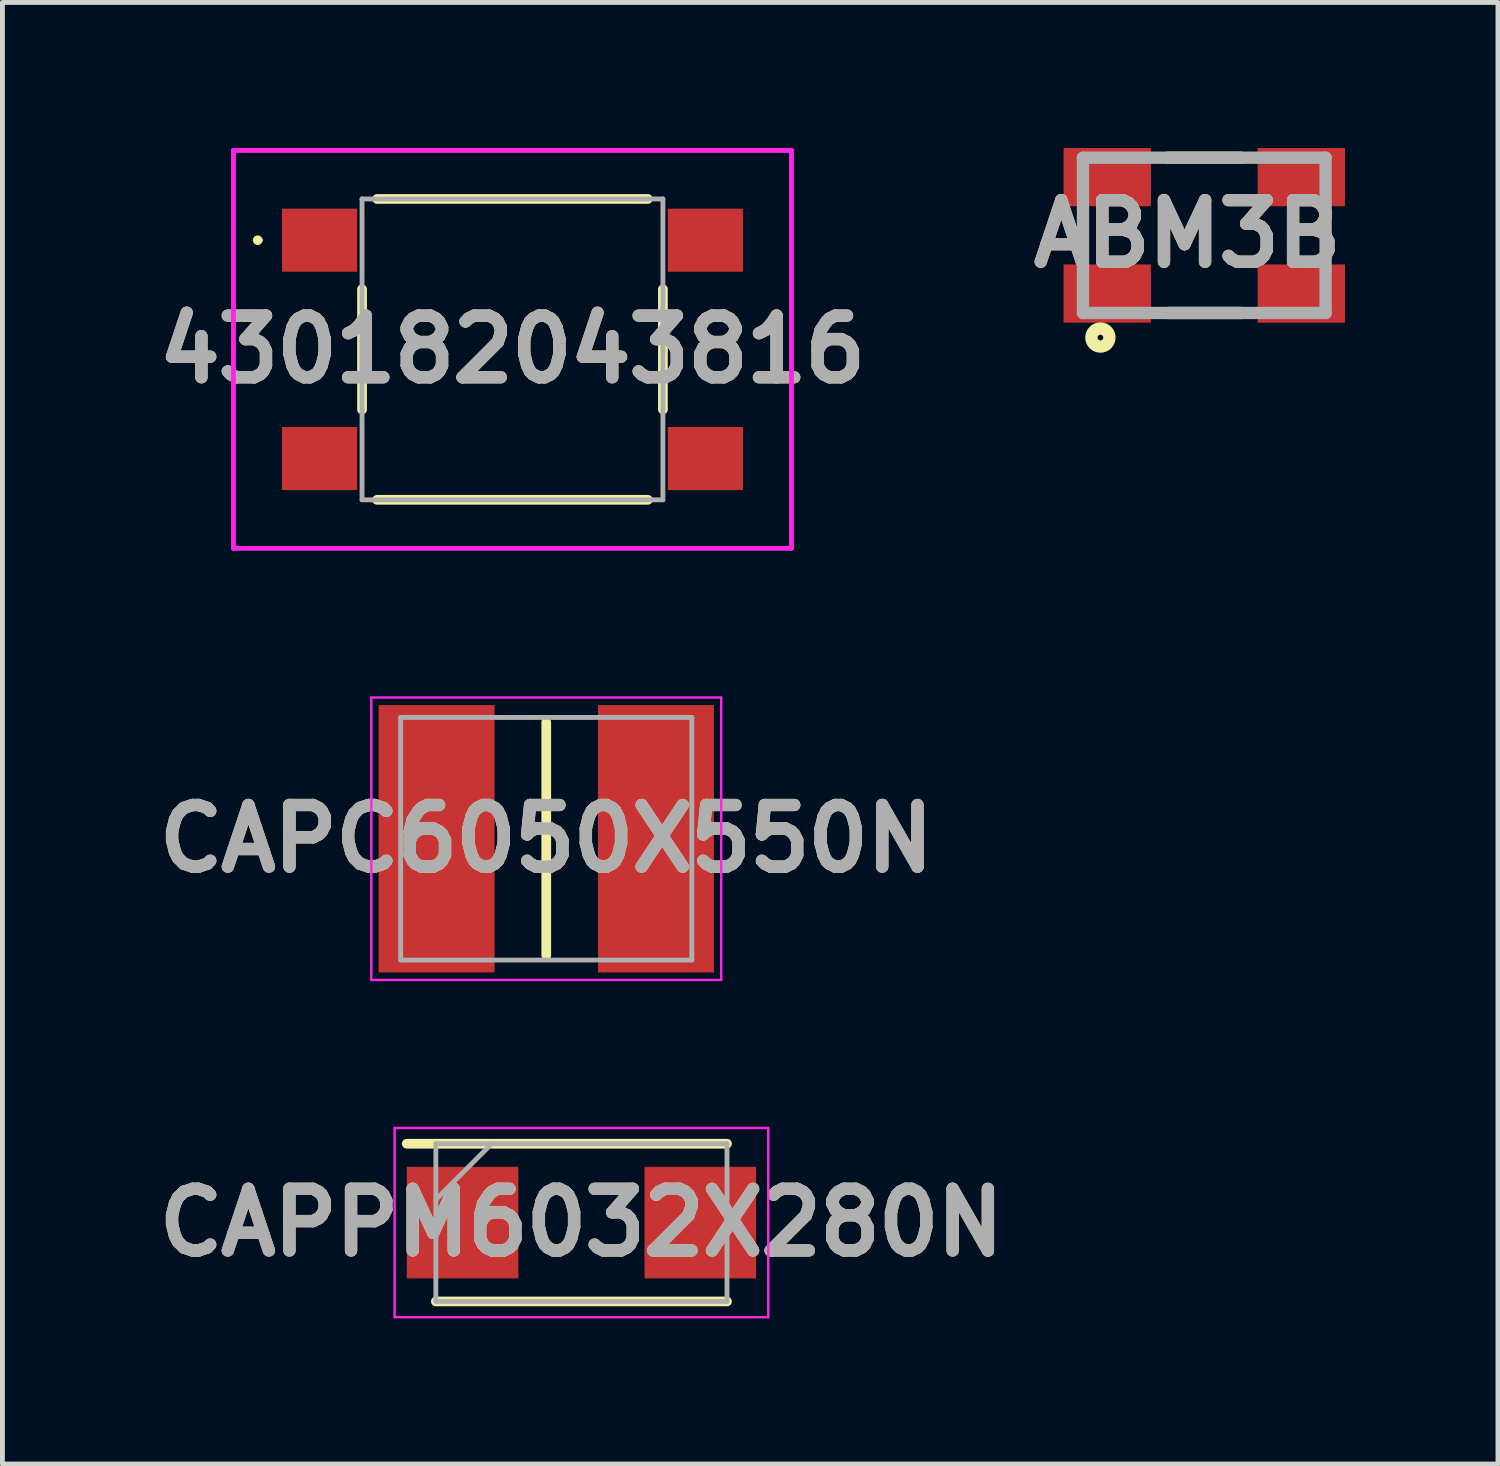
<source format=kicad_pcb>
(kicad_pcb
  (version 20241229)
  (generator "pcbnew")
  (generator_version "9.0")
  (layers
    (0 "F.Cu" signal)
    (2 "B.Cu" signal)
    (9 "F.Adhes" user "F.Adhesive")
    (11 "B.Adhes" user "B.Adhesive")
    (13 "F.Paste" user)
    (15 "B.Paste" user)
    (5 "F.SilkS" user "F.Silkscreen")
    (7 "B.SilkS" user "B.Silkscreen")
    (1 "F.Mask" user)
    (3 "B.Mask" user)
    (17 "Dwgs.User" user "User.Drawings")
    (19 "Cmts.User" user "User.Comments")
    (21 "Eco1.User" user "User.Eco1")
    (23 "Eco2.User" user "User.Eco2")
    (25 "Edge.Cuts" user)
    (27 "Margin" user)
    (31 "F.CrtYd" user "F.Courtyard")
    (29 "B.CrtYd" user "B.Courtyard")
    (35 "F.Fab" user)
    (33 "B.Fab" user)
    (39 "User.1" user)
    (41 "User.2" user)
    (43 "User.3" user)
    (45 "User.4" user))
  (footprint "CAPPM6032X280N"
    (layer "F.Cu")
    (at 8.932 22.145)
    (property "Reference" "CAPPM6032X280N" (at 0 0 0) (layer "F.SilkS") (effects (font (size 1.27 1.27) (thickness 0.254))))
    (attr smd)
    (fp_line (start -3 1.625) (end 3 1.625) (stroke (width 0.2) (type solid)) (layer "F.SilkS"))
    (fp_line (start 3 -1.625) (end -3.6 -1.625) (stroke (width 0.2) (type solid)) (layer "F.SilkS"))
    (fp_line (start -3.85 -1.95) (end 3.85 -1.95) (stroke (width 0.05) (type solid)) (layer "F.CrtYd"))
    (fp_line (start -3.85 1.95) (end -3.85 -1.95) (stroke (width 0.05) (type solid)) (layer "F.CrtYd"))
    (fp_line (start 3.85 -1.95) (end 3.85 1.95) (stroke (width 0.05) (type solid)) (layer "F.CrtYd"))
    (fp_line (start 3.85 1.95) (end -3.85 1.95) (stroke (width 0.05) (type solid)) (layer "F.CrtYd"))
    (fp_line (start -3 -1.625) (end 3 -1.625) (stroke (width 0.1) (type solid)) (layer "F.Fab"))
    (fp_line (start -3 -0.475) (end -1.85 -1.625) (stroke (width 0.1) (type solid)) (layer "F.Fab"))
    (fp_line (start -3 1.625) (end -3 -1.625) (stroke (width 0.1) (type solid)) (layer "F.Fab"))
    (fp_line (start 3 -1.625) (end 3 1.625) (stroke (width 0.1) (type solid)) (layer "F.Fab"))
    (fp_line (start 3 1.625) (end -3 1.625) (stroke (width 0.1) (type solid)) (layer "F.Fab"))
    (fp_text user "${REFERENCE}" (at 0 0 0) (layer "F.Fab") (effects (font (size 1.27 1.27) (thickness 0.254))))
    (pad "1" smd rect (at -2.45 0 90) (size 2.3 2.3) (layers "F.Cu" "F.Mask" "F.Paste"))
    (pad "2" smd rect (at 2.45 0 90) (size 2.3 2.3) (layers "F.Cu" "F.Mask" "F.Paste")))
  (footprint "ABM3B"
    (layer "F.Cu")
    (at 21.768 1.8)
    (property "Reference" "ABM3B" (at -0.347 -0.03 0) (layer "F.SilkS") (effects (font (size 1.27 1.27) (thickness 0.254))))
    (attr smd)
    (fp_line (start -0.75 -1.6) (end 0.75 -1.6) (stroke (width 0.254) (type solid)) (layer "F.SilkS"))
    (fp_line (start -0.75 1.6) (end 0.75 1.6) (stroke (width 0.254) (type solid)) (layer "F.SilkS"))
    (fp_circle (center -2.141 2.106) (end -2.141 2.165) (stroke (width 0.254) (type solid)) (fill no) (layer "F.SilkS"))
    (fp_line (start -2.5 -1.6) (end 2.5 -1.6) (stroke (width 0.254) (type solid)) (layer "F.Fab"))
    (fp_line (start -2.5 1.6) (end -2.5 -1.6) (stroke (width 0.254) (type solid)) (layer "F.Fab"))
    (fp_line (start 2.5 -1.6) (end 2.5 1.6) (stroke (width 0.254) (type solid)) (layer "F.Fab"))
    (fp_line (start 2.5 1.6) (end -2.5 1.6) (stroke (width 0.254) (type solid)) (layer "F.Fab"))
    (fp_text user "${REFERENCE}" (at -0.347 -0.03 0) (layer "F.Fab") (effects (font (size 1.27 1.27) (thickness 0.254))))
    (pad "1" smd rect (at -2 1.2 90) (size 1.2 1.8) (layers "F.Cu" "F.Mask" "F.Paste"))
    (pad "2" smd rect (at 2 1.2 90) (size 1.2 1.8) (layers "F.Cu" "F.Mask" "F.Paste"))
    (pad "3" smd rect (at 2 -1.2 90) (size 1.2 1.8) (layers "F.Cu" "F.Mask" "F.Paste"))
    (pad "4" smd rect (at -2 -1.2 90) (size 1.2 1.8) (layers "F.Cu" "F.Mask" "F.Paste")))
  (footprint "CAPC6050X550N"
    (layer "F.Cu")
    (at 8.207 14.235)
    (property "Reference" "CAPC6050X550N" (at 0 0 0) (layer "F.SilkS") (effects (font (size 1.27 1.27) (thickness 0.254))))
    (attr smd)
    (fp_line (start 0 -2.4) (end 0 2.4) (stroke (width 0.2) (type solid)) (layer "F.SilkS"))
    (fp_line (start -3.605 -2.91) (end 3.605 -2.91) (stroke (width 0.05) (type solid)) (layer "F.CrtYd"))
    (fp_line (start -3.605 2.91) (end -3.605 -2.91) (stroke (width 0.05) (type solid)) (layer "F.CrtYd"))
    (fp_line (start 3.605 -2.91) (end 3.605 2.91) (stroke (width 0.05) (type solid)) (layer "F.CrtYd"))
    (fp_line (start 3.605 2.91) (end -3.605 2.91) (stroke (width 0.05) (type solid)) (layer "F.CrtYd"))
    (fp_line (start -3 -2.5) (end 3 -2.5) (stroke (width 0.1) (type solid)) (layer "F.Fab"))
    (fp_line (start -3 2.5) (end -3 -2.5) (stroke (width 0.1) (type solid)) (layer "F.Fab"))
    (fp_line (start 3 -2.5) (end 3 2.5) (stroke (width 0.1) (type solid)) (layer "F.Fab"))
    (fp_line (start 3 2.5) (end -3 2.5) (stroke (width 0.1) (type solid)) (layer "F.Fab"))
    (fp_text user "${REFERENCE}" (at 0 0 0) (layer "F.Fab") (effects (font (size 1.27 1.27) (thickness 0.254))))
    (pad "1" smd rect (at -2.26 0) (size 2.39 5.51) (layers "F.Cu" "F.Mask" "F.Paste"))
    (pad "2" smd rect (at 2.26 0) (size 2.39 5.51) (layers "F.Cu" "F.Mask" "F.Paste")))
  (footprint "430182043816"
    (layer "F.Cu")
    (at 7.511 4.15)
    (property "Reference" "430182043816" (at 0 0 0) (layer "F.SilkS") (effects (font (size 1.27 1.27) (thickness 0.254))))
    (attr smd)
    (fp_line (start -5.3 -2.25) (end -5.3 -2.25) (stroke (width 0.1) (type solid)) (layer "F.SilkS"))
    (fp_line (start -5.2 -2.25) (end -5.2 -2.25) (stroke (width 0.1) (type solid)) (layer "F.SilkS"))
    (fp_line (start -3.1 1.24) (end -3.1 -1.24) (stroke (width 0.2) (type solid)) (layer "F.SilkS"))
    (fp_line (start -2.79 -3.1) (end 2.79 -3.1) (stroke (width 0.2) (type solid)) (layer "F.SilkS"))
    (fp_line (start -2.79 3.1) (end 2.79 3.1) (stroke (width 0.2) (type solid)) (layer "F.SilkS"))
    (fp_line (start 3.1 1.24) (end 3.1 -1.24) (stroke (width 0.2) (type solid)) (layer "F.SilkS"))
    (fp_arc (start -5.3 -2.25) (mid -5.25 -2.3) (end -5.2 -2.25) (stroke (width 0.1) (type solid)) (layer "F.SilkS"))
    (fp_arc (start -5.2 -2.25) (mid -5.25 -2.2) (end -5.3 -2.25) (stroke (width 0.1) (type solid)) (layer "F.SilkS"))
    (fp_line (start -5.75 -4.1) (end 5.75 -4.1) (stroke (width 0.1) (type solid)) (layer "F.CrtYd"))
    (fp_line (start -5.75 4.1) (end -5.75 -4.1) (stroke (width 0.1) (type solid)) (layer "F.CrtYd"))
    (fp_line (start 5.75 -4.1) (end 5.75 4.1) (stroke (width 0.1) (type solid)) (layer "F.CrtYd"))
    (fp_line (start 5.75 4.1) (end -5.75 4.1) (stroke (width 0.1) (type solid)) (layer "F.CrtYd"))
    (fp_line (start -3.1 -3.1) (end 3.1 -3.1) (stroke (width 0.1) (type solid)) (layer "F.Fab"))
    (fp_line (start -3.1 3.1) (end -3.1 -3.1) (stroke (width 0.1) (type solid)) (layer "F.Fab"))
    (fp_line (start 3.1 -3.1) (end 3.1 3.1) (stroke (width 0.1) (type solid)) (layer "F.Fab"))
    (fp_line (start 3.1 3.1) (end -3.1 3.1) (stroke (width 0.1) (type solid)) (layer "F.Fab"))
    (fp_text user "${REFERENCE}" (at 0 0 0) (layer "F.Fab") (effects (font (size 1.27 1.27) (thickness 0.254))))
    (pad "1" smd rect (at -3.975 -2.25 90) (size 1.3 1.55) (layers "F.Cu" "F.Mask" "F.Paste"))
    (pad "2" smd rect (at -3.975 2.25 90) (size 1.3 1.55) (layers "F.Cu" "F.Mask" "F.Paste"))
    (pad "3" smd rect (at 3.975 -2.25 90) (size 1.3 1.55) (layers "F.Cu" "F.Mask" "F.Paste"))
    (pad "4" smd rect (at 3.975 2.25 90) (size 1.3 1.55) (layers "F.Cu" "F.Mask" "F.Paste")))
  (gr_rect
    (start -3 -3)
    (end 27.82 27.12)
    (stroke (width 0.1) (type default))
    (fill no)
    (layer "Edge.Cuts")))
</source>
